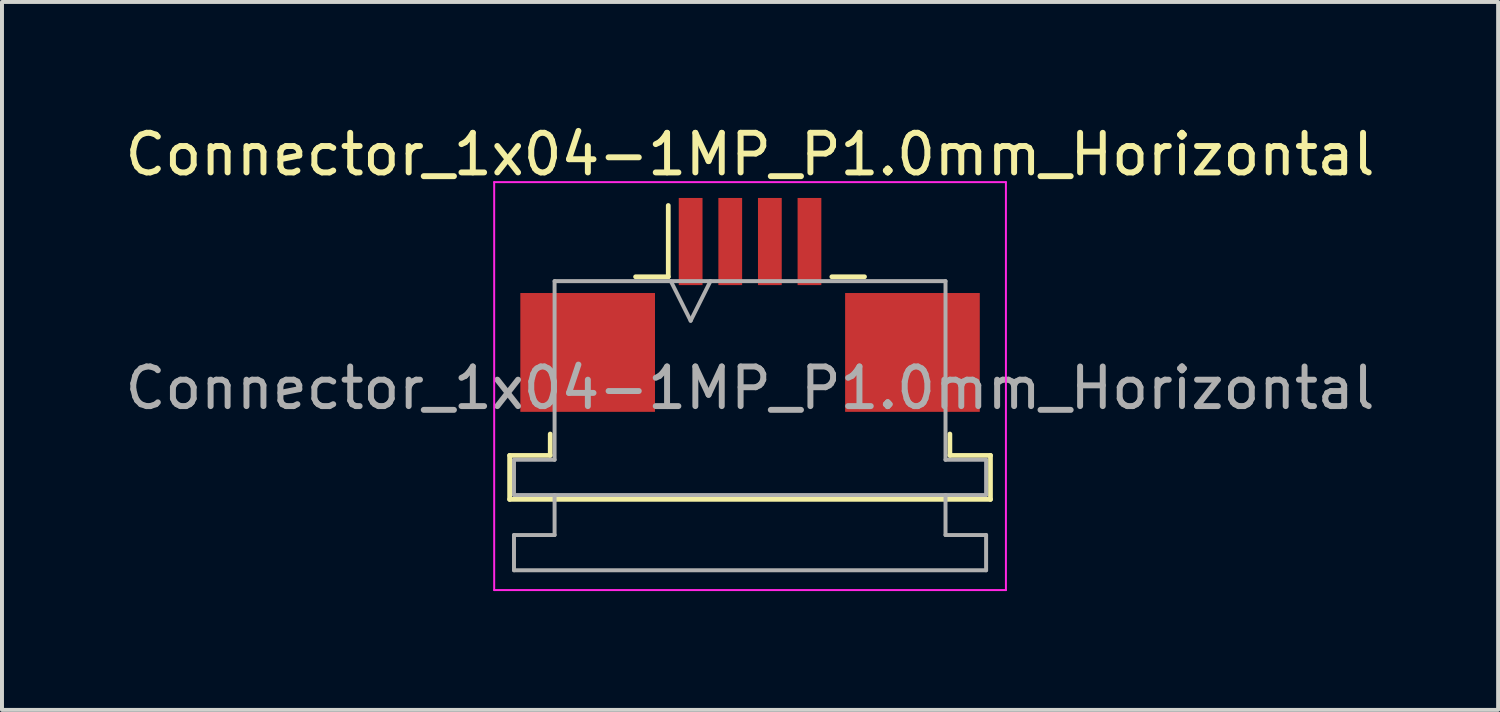
<source format=kicad_pcb>
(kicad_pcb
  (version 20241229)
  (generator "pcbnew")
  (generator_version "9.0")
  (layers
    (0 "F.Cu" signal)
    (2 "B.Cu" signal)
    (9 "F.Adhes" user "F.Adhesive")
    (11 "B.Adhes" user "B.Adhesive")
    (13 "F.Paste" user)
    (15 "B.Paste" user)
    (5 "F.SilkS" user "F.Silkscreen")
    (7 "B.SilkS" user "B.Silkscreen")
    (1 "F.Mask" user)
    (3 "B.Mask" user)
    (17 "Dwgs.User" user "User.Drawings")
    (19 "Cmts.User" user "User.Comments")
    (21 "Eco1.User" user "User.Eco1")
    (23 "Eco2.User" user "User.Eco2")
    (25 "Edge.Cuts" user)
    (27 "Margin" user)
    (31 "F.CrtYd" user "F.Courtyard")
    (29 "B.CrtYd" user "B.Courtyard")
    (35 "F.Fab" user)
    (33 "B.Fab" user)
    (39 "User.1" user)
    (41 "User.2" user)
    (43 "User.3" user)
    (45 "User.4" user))
  (footprint "Connector_1x04-1MP_P1.0mm_Horizontal"
    (layer "F.Cu")
    (at 15.887 4.848)
    (property "Reference" "Connector_1x04-1MP_P1.0mm_Horizontal" (at 0 -4 0) (layer "F.SilkS") (effects (font (size 1 1) (thickness 0.15))))
    (attr smd)
    (fp_line (start -6.07 3.6) (end -5.045 3.6) (stroke (width 0.12) (type solid)) (layer "F.SilkS"))
    (fp_line (start -6.07 4.71) (end -6.07 3.6) (stroke (width 0.12) (type solid)) (layer "F.SilkS"))
    (fp_line (start -5.045 3.6) (end -5.045 3.06) (stroke (width 0.12) (type solid)) (layer "F.SilkS"))
    (fp_line (start -2.89 -0.91) (end -2.065 -0.91) (stroke (width 0.12) (type solid)) (layer "F.SilkS"))
    (fp_line (start -2.065 -0.91) (end -2.065 -2.71) (stroke (width 0.12) (type solid)) (layer "F.SilkS"))
    (fp_line (start 2.065 -0.91) (end 2.89 -0.91) (stroke (width 0.12) (type solid)) (layer "F.SilkS"))
    (fp_line (start 5.045 3.06) (end 5.045 3.6) (stroke (width 0.12) (type solid)) (layer "F.SilkS"))
    (fp_line (start 5.045 3.6) (end 6.07 3.6) (stroke (width 0.12) (type solid)) (layer "F.SilkS"))
    (fp_line (start 6.07 3.6) (end 6.07 4.71) (stroke (width 0.12) (type solid)) (layer "F.SilkS"))
    (fp_line (start 6.07 4.71) (end -6.07 4.71) (stroke (width 0.12) (type solid)) (layer "F.SilkS"))
    (fp_line (start -6.46 -3.3) (end -6.46 7) (stroke (width 0.05) (type solid)) (layer "F.CrtYd"))
    (fp_line (start -6.46 7) (end 6.46 7) (stroke (width 0.05) (type solid)) (layer "F.CrtYd"))
    (fp_line (start 6.46 -3.3) (end -6.46 -3.3) (stroke (width 0.05) (type solid)) (layer "F.CrtYd"))
    (fp_line (start 6.46 7) (end 6.46 -3.3) (stroke (width 0.05) (type solid)) (layer "F.CrtYd"))
    (fp_line (start -5.96 3.71) (end -4.935 3.71) (stroke (width 0.1) (type solid)) (layer "F.Fab"))
    (fp_line (start -5.96 4.6) (end -5.96 3.71) (stroke (width 0.1) (type solid)) (layer "F.Fab"))
    (fp_line (start -5.96 5.61) (end -4.935 5.61) (stroke (width 0.1) (type solid)) (layer "F.Fab"))
    (fp_line (start -5.96 6.5) (end -5.96 5.61) (stroke (width 0.1) (type solid)) (layer "F.Fab"))
    (fp_line (start -4.935 -0.8) (end 4.935 -0.8) (stroke (width 0.1) (type solid)) (layer "F.Fab"))
    (fp_line (start -4.935 3.71) (end -4.935 -0.8) (stroke (width 0.1) (type solid)) (layer "F.Fab"))
    (fp_line (start -4.935 5.61) (end -4.935 4.6) (stroke (width 0.1) (type solid)) (layer "F.Fab"))
    (fp_line (start -2 -0.8) (end -1.5 0.2) (stroke (width 0.1) (type solid)) (layer "F.Fab"))
    (fp_line (start -1.5 0.2) (end -1 -0.8) (stroke (width 0.1) (type solid)) (layer "F.Fab"))
    (fp_line (start 4.935 -0.8) (end 4.935 3.71) (stroke (width 0.1) (type solid)) (layer "F.Fab"))
    (fp_line (start 4.935 3.71) (end 5.96 3.71) (stroke (width 0.1) (type solid)) (layer "F.Fab"))
    (fp_line (start 4.935 4.6) (end 4.935 5.61) (stroke (width 0.1) (type solid)) (layer "F.Fab"))
    (fp_line (start 4.935 5.61) (end 5.96 5.61) (stroke (width 0.1) (type solid)) (layer "F.Fab"))
    (fp_line (start 5.96 3.71) (end 5.96 4.6) (stroke (width 0.1) (type solid)) (layer "F.Fab"))
    (fp_line (start 5.96 4.6) (end -5.96 4.6) (stroke (width 0.1) (type solid)) (layer "F.Fab"))
    (fp_line (start 5.96 5.61) (end 5.96 6.5) (stroke (width 0.1) (type solid)) (layer "F.Fab"))
    (fp_line (start 5.96 6.5) (end -5.96 6.5) (stroke (width 0.1) (type solid)) (layer "F.Fab"))
    (fp_text user "${REFERENCE}" (at 0 1.9 0) (layer "F.Fab") (effects (font (size 1 1) (thickness 0.15))))
    (pad "1" smd rect (at -1.5 -1.8) (size 0.6 2.2) (layers "F.Cu" "F.Mask" "F.Paste"))
    (pad "2" smd rect (at -0.5 -1.8) (size 0.6 2.2) (layers "F.Cu" "F.Mask" "F.Paste"))
    (pad "3" smd rect (at 0.5 -1.8) (size 0.6 2.2) (layers "F.Cu" "F.Mask" "F.Paste"))
    (pad "4" smd rect (at 1.5 -1.8) (size 0.6 2.2) (layers "F.Cu" "F.Mask" "F.Paste"))
    (pad "MP" smd rect (at -4.1 1) (size 3.4 3) (layers "F.Cu" "F.Mask" "F.Paste"))
    (pad "MP" smd rect (at 4.1 1) (size 3.4 3) (layers "F.Cu" "F.Mask" "F.Paste")))
  (gr_rect
    (start -3 -3)
    (end 34.774 14.873)
    (stroke (width 0.1) (type default))
    (fill no)
    (layer "Edge.Cuts")))
</source>
